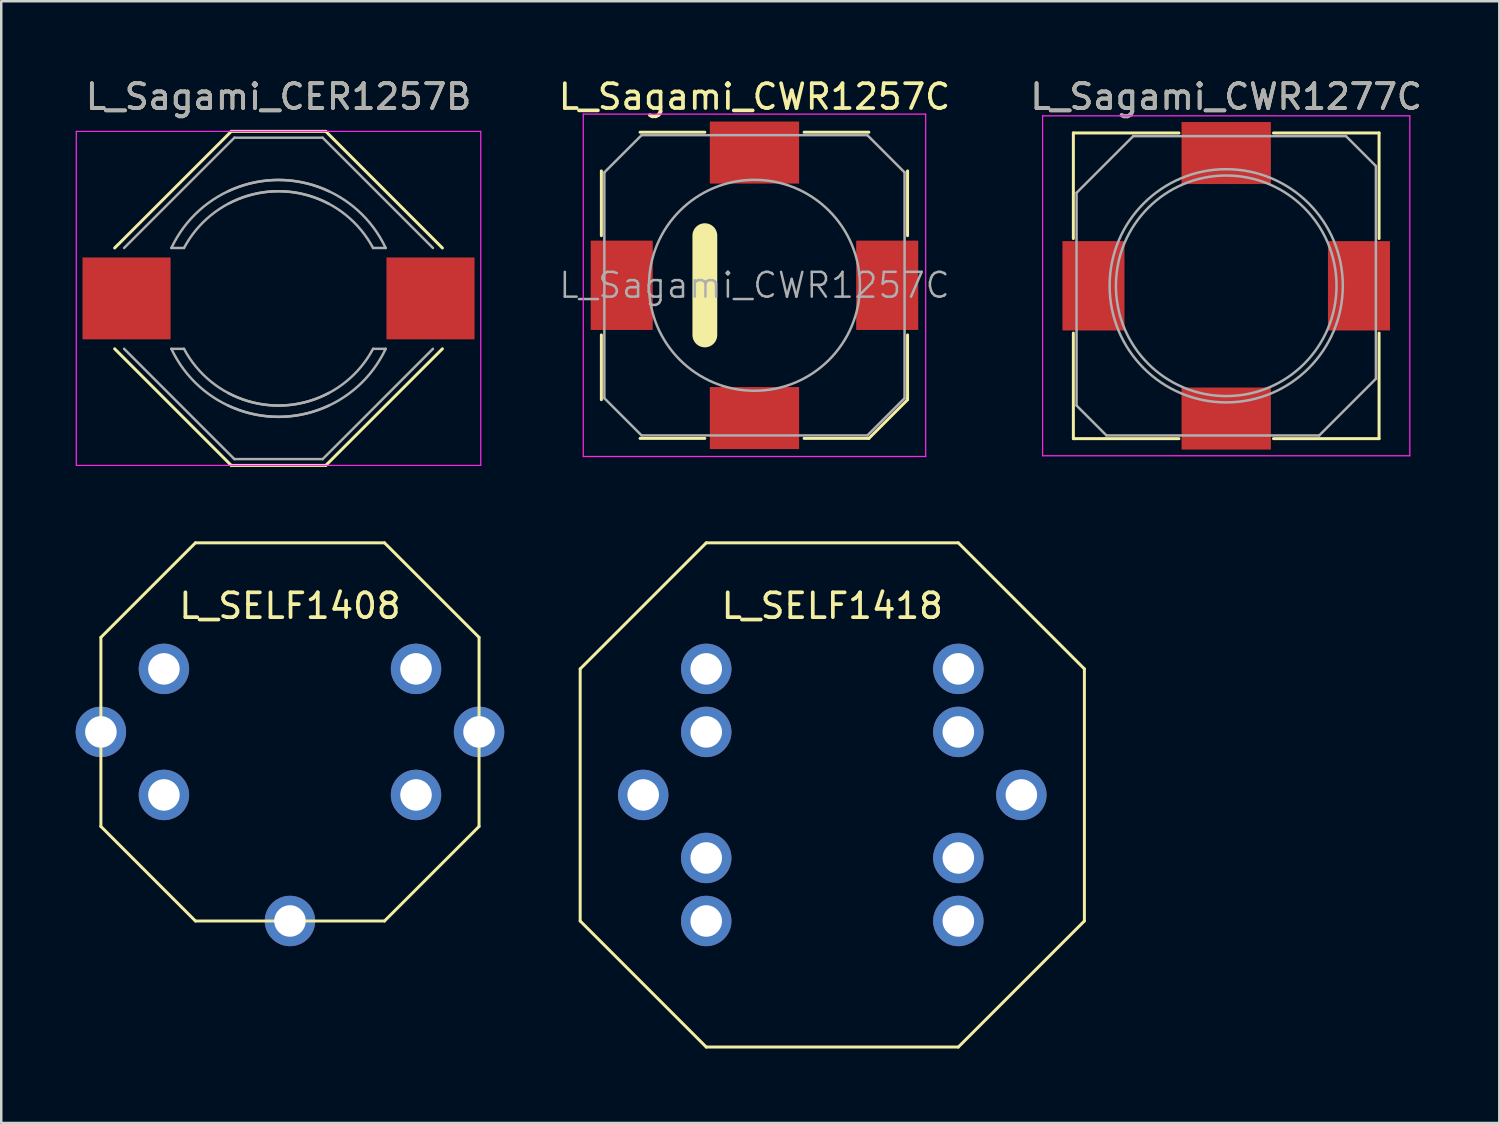
<source format=kicad_pcb>
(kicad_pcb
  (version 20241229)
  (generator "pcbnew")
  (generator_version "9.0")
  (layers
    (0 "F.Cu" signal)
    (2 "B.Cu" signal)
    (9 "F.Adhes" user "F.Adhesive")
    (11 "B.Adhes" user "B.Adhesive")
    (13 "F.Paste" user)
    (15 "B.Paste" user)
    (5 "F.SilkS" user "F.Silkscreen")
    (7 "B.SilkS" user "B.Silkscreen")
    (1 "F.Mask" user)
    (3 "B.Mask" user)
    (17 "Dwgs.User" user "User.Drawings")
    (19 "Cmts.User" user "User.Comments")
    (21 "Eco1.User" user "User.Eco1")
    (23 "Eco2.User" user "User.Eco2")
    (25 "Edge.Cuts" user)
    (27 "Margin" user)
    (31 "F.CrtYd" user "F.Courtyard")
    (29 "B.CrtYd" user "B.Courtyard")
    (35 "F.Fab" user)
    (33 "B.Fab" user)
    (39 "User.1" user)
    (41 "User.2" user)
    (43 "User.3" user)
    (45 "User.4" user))
  (footprint "L_SELF1418"
    (layer "F.Cu")
    (at 30.492 28.987)
    (property "Reference" "L_SELF1418" (at 0 -7.62 0) (layer "F.SilkS") (effects (font (size 1 1) (thickness 0.15))))
    (attr through_hole)
    (fp_line (start -10.16 -5.08) (end -10.16 5.08) (stroke (width 0.12) (type solid)) (layer "F.SilkS"))
    (fp_line (start -10.16 5.08) (end -5.08 10.16) (stroke (width 0.12) (type solid)) (layer "F.SilkS"))
    (fp_line (start -5.08 -10.16) (end -10.16 -5.08) (stroke (width 0.12) (type solid)) (layer "F.SilkS"))
    (fp_line (start -5.08 10.16) (end 5.08 10.16) (stroke (width 0.12) (type solid)) (layer "F.SilkS"))
    (fp_line (start 5.08 -10.16) (end -5.08 -10.16) (stroke (width 0.12) (type solid)) (layer "F.SilkS"))
    (fp_line (start 5.08 10.16) (end 10.16 5.08) (stroke (width 0.12) (type solid)) (layer "F.SilkS"))
    (fp_line (start 10.16 -5.08) (end 5.08 -10.16) (stroke (width 0.12) (type solid)) (layer "F.SilkS"))
    (fp_line (start 10.16 5.08) (end 10.16 -5.08) (stroke (width 0.12) (type solid)) (layer "F.SilkS"))
    (pad "" thru_hole circle (at -7.62 0) (size 2.032 2.032) (drill 1.27) (layers "*.Cu" "*.Mask"))
    (pad "" thru_hole circle (at 7.62 0) (size 2.032 2.032) (drill 1.27) (layers "*.Cu" "*.Mask"))
    (pad "1" thru_hole circle (at -5.08 -5.08) (size 2.032 2.032) (drill 1.27) (layers "*.Cu" "*.Mask"))
    (pad "1" thru_hole circle (at -5.08 -2.54) (size 2.032 2.032) (drill 1.27) (layers "*.Cu" "*.Mask"))
    (pad "2" thru_hole circle (at 5.08 -5.08) (size 2.032 2.032) (drill 1.27) (layers "*.Cu" "*.Mask"))
    (pad "2" thru_hole circle (at 5.08 -2.54) (size 2.032 2.032) (drill 1.27) (layers "*.Cu" "*.Mask"))
    (pad "3" thru_hole circle (at 5.08 2.54) (size 2.032 2.032) (drill 1.27) (layers "*.Cu" "*.Mask"))
    (pad "3" thru_hole circle (at 5.08 5.08) (size 2.032 2.032) (drill 1.27) (layers "*.Cu" "*.Mask"))
    (pad "4" thru_hole circle (at -5.08 2.54) (size 2.032 2.032) (drill 1.27) (layers "*.Cu" "*.Mask"))
    (pad "4" thru_hole circle (at -5.08 5.08) (size 2.032 2.032) (drill 1.27) (layers "*.Cu" "*.Mask")))
  (footprint "L_SELF1408"
    (layer "F.Cu")
    (at 8.636 26.447)
    (property "Reference" "L_SELF1408" (at 0 -5.08 0) (layer "F.SilkS") (effects (font (size 1 1) (thickness 0.15))))
    (attr through_hole)
    (fp_line (start -7.62 -3.81) (end -7.62 3.81) (stroke (width 0.12) (type solid)) (layer "F.SilkS"))
    (fp_line (start -7.62 3.81) (end -3.81 7.62) (stroke (width 0.12) (type solid)) (layer "F.SilkS"))
    (fp_line (start -3.81 -7.62) (end -7.62 -3.81) (stroke (width 0.12) (type solid)) (layer "F.SilkS"))
    (fp_line (start -3.81 7.62) (end 3.81 7.62) (stroke (width 0.12) (type solid)) (layer "F.SilkS"))
    (fp_line (start 3.81 -7.62) (end -3.81 -7.62) (stroke (width 0.12) (type solid)) (layer "F.SilkS"))
    (fp_line (start 3.81 7.62) (end 7.62 3.81) (stroke (width 0.12) (type solid)) (layer "F.SilkS"))
    (fp_line (start 7.62 -3.81) (end 3.81 -7.62) (stroke (width 0.12) (type solid)) (layer "F.SilkS"))
    (fp_line (start 7.62 3.81) (end 7.62 -3.81) (stroke (width 0.12) (type solid)) (layer "F.SilkS"))
    (pad "0" thru_hole circle (at 0 7.62) (size 2.032 2.032) (drill 1.27) (layers "*.Cu" "*.Mask"))
    (pad "1" thru_hole circle (at -7.62 0) (size 2.032 2.032) (drill 1.27) (layers "*.Cu" "*.Mask"))
    (pad "1" thru_hole circle (at -5.08 -2.54) (size 2.032 2.032) (drill 1.27) (layers "*.Cu" "*.Mask"))
    (pad "1" thru_hole circle (at -5.08 2.54) (size 2.032 2.032) (drill 1.27) (layers "*.Cu" "*.Mask"))
    (pad "2" thru_hole circle (at 5.08 -2.54) (size 2.032 2.032) (drill 1.27) (layers "*.Cu" "*.Mask"))
    (pad "2" thru_hole circle (at 5.08 2.54) (size 2.032 2.032) (drill 1.27) (layers "*.Cu" "*.Mask"))
    (pad "2" thru_hole circle (at 7.62 0) (size 2.032 2.032) (drill 1.27) (layers "*.Cu" "*.Mask")))
  (footprint "L_Sagami_CWR1257C"
    (layer "F.Cu")
    (at 27.356 8.448)
    (property "Reference" "L_Sagami_CWR1257C" (at 0 -7.6 0) (layer "F.SilkS") (effects (font (size 1 1) (thickness 0.15))))
    (attr smd)
    (fp_line (start -6.17 -4.61) (end -6.17 -2) (stroke (width 0.12) (type solid)) (layer "F.SilkS"))
    (fp_line (start -6.17 2) (end -6.17 4.61) (stroke (width 0.12) (type solid)) (layer "F.SilkS"))
    (fp_line (start -4.61 -6.17) (end -2 -6.17) (stroke (width 0.12) (type solid)) (layer "F.SilkS"))
    (fp_line (start -4.61 6.17) (end -2 6.17) (stroke (width 0.12) (type solid)) (layer "F.SilkS"))
    (fp_line (start -2 -2) (end -2 2) (stroke (width 1) (type solid)) (layer "F.SilkS"))
    (fp_line (start 2 6.17) (end 4.61 6.17) (stroke (width 0.12) (type solid)) (layer "F.SilkS"))
    (fp_line (start 4.61 -6.17) (end 2 -6.17) (stroke (width 0.12) (type solid)) (layer "F.SilkS"))
    (fp_line (start 4.61 6.17) (end 6.17 4.61) (stroke (width 0.12) (type solid)) (layer "F.SilkS"))
    (fp_line (start 6.17 -2) (end 6.17 -4.61) (stroke (width 0.12) (type solid)) (layer "F.SilkS"))
    (fp_line (start 6.17 4.61) (end 6.17 2) (stroke (width 0.12) (type solid)) (layer "F.SilkS"))
    (fp_line (start -6.9 -6.9) (end -6.9 6.9) (stroke (width 0.05) (type solid)) (layer "F.CrtYd"))
    (fp_line (start -6.9 -6.9) (end 6.9 -6.9) (stroke (width 0.05) (type solid)) (layer "F.CrtYd"))
    (fp_line (start -6.9 6.9) (end 6.9 6.9) (stroke (width 0.05) (type solid)) (layer "F.CrtYd"))
    (fp_line (start 6.9 -6.9) (end 6.9 6.9) (stroke (width 0.05) (type solid)) (layer "F.CrtYd"))
    (fp_line (start -6.05 -4.55) (end -4.55 -6.05) (stroke (width 0.1) (type solid)) (layer "F.Fab"))
    (fp_line (start -6.05 4.55) (end -6.05 -4.55) (stroke (width 0.1) (type solid)) (layer "F.Fab"))
    (fp_line (start -6.05 4.55) (end -4.55 6.05) (stroke (width 0.1) (type solid)) (layer "F.Fab"))
    (fp_line (start -4.55 -6.05) (end 4.55 -6.05) (stroke (width 0.1) (type solid)) (layer "F.Fab"))
    (fp_line (start 4.55 -6.05) (end 6.05 -4.55) (stroke (width 0.1) (type solid)) (layer "F.Fab"))
    (fp_line (start 4.55 6.05) (end -4.55 6.05) (stroke (width 0.1) (type solid)) (layer "F.Fab"))
    (fp_line (start 4.55 6.05) (end 6.05 4.55) (stroke (width 0.1) (type solid)) (layer "F.Fab"))
    (fp_line (start 6.05 -4.55) (end 6.05 4.55) (stroke (width 0.1) (type solid)) (layer "F.Fab"))
    (fp_circle (center 0 0) (end 4.25 0) (stroke (width 0.1) (type solid)) (fill no) (layer "F.Fab"))
    (fp_text user "${REFERENCE}" (at 0 0 0) (layer "F.Fab") (effects (font (size 1 1) (thickness 0.1))))
    (pad "1" smd rect (at -5.35 0) (size 2.5 3.6) (layers "F.Cu" "F.Mask" "F.Paste"))
    (pad "1" smd rect (at 0 5.35) (size 3.6 2.5) (layers "F.Cu" "F.Mask" "F.Paste"))
    (pad "2" smd rect (at 0 -5.35) (size 3.6 2.5) (layers "F.Cu" "F.Mask" "F.Paste"))
    (pad "2" smd rect (at 5.35 0) (size 2.5 3.6) (layers "F.Cu" "F.Mask" "F.Paste")))
  (footprint "L_Sagami_CWR1277C"
    (layer "F.Cu")
    (at 46.368 8.468)
    (property "Reference" "L_Sagami_CWR1277C" (at 0 -7.62 0) (layer "F.SilkS") (effects (font (size 1 1) (thickness 0.15))))
    (attr smd)
    (fp_line (start -6.16 -6.16) (end -6.16 -1.905) (stroke (width 0.12) (type solid)) (layer "F.SilkS"))
    (fp_line (start -6.16 -6.16) (end -1.905 -6.16) (stroke (width 0.12) (type solid)) (layer "F.SilkS"))
    (fp_line (start -6.16 1.905) (end -6.16 6.16) (stroke (width 0.12) (type solid)) (layer "F.SilkS"))
    (fp_line (start -6.16 6.16) (end -1.905 6.16) (stroke (width 0.12) (type solid)) (layer "F.SilkS"))
    (fp_line (start 1.905 6.16) (end 6.16 6.16) (stroke (width 0.12) (type solid)) (layer "F.SilkS"))
    (fp_line (start 6.16 -6.16) (end 1.905 -6.16) (stroke (width 0.12) (type solid)) (layer "F.SilkS"))
    (fp_line (start 6.16 -1.905) (end 6.16 -6.16) (stroke (width 0.12) (type solid)) (layer "F.SilkS"))
    (fp_line (start 6.16 6.16) (end 6.16 1.905) (stroke (width 0.12) (type solid)) (layer "F.SilkS"))
    (fp_line (start -7.4 -6.85) (end -7.4 6.85) (stroke (width 0.05) (type solid)) (layer "F.CrtYd"))
    (fp_line (start -7.4 -6.85) (end 7.4 -6.85) (stroke (width 0.05) (type solid)) (layer "F.CrtYd"))
    (fp_line (start -7.4 6.85) (end 7.4 6.85) (stroke (width 0.05) (type solid)) (layer "F.CrtYd"))
    (fp_line (start 7.4 -6.85) (end 7.4 6.85) (stroke (width 0.05) (type solid)) (layer "F.CrtYd"))
    (fp_line (start -6.032 -3.747) (end -3.747 -6.032) (stroke (width 0.1) (type solid)) (layer "F.Fab"))
    (fp_line (start -6.032 4.826) (end -6.032 -3.747) (stroke (width 0.1) (type solid)) (layer "F.Fab"))
    (fp_line (start -6.032 4.826) (end -4.826 6.032) (stroke (width 0.1) (type solid)) (layer "F.Fab"))
    (fp_line (start -3.747 -6.032) (end 4.826 -6.032) (stroke (width 0.1) (type solid)) (layer "F.Fab"))
    (fp_line (start 3.747 6.032) (end -4.826 6.032) (stroke (width 0.1) (type solid)) (layer "F.Fab"))
    (fp_line (start 3.747 6.032) (end 6.032 3.747) (stroke (width 0.1) (type solid)) (layer "F.Fab"))
    (fp_line (start 4.826 -6.032) (end 6.032 -4.826) (stroke (width 0.1) (type solid)) (layer "F.Fab"))
    (fp_line (start 6.032 -4.826) (end 6.032 3.747) (stroke (width 0.1) (type solid)) (layer "F.Fab"))
    (fp_circle (center 0 0) (end 4.445 0) (stroke (width 0.1) (type solid)) (fill no) (layer "F.Fab"))
    (fp_circle (center 0 0) (end 4.699 0) (stroke (width 0.1) (type solid)) (fill no) (layer "F.Fab"))
    (fp_text user "${REFERENCE}" (at 0 -7.62 0) (layer "F.Fab") (effects (font (size 1 1) (thickness 0.15))))
    (pad "1" smd rect (at -5.35 0) (size 2.5 3.6) (layers "F.Cu" "F.Mask" "F.Paste"))
    (pad "1" smd rect (at 0 -5.35) (size 3.6 2.5) (layers "F.Cu" "F.Mask" "F.Paste"))
    (pad "2" smd rect (at 0 5.35) (size 3.6 2.5) (layers "F.Cu" "F.Mask" "F.Paste"))
    (pad "2" smd rect (at 5.35 0) (size 2.5 3.6) (layers "F.Cu" "F.Mask" "F.Paste")))
  (footprint "L_Sagami_CER1257B"
    (layer "F.Cu")
    (at 8.175 8.976)
    (property "Reference" "L_Sagami_CER1257B" (at 0 -8.128 0) (layer "F.SilkS") (effects (font (size 1 1) (thickness 0.15))))
    (attr smd)
    (fp_line (start -6.604 -2.032) (end -1.905 -6.731) (stroke (width 0.12) (type solid)) (layer "F.SilkS"))
    (fp_line (start -6.604 2.032) (end -1.905 6.731) (stroke (width 0.12) (type solid)) (layer "F.SilkS"))
    (fp_line (start -1.905 -6.731) (end 1.905 -6.731) (stroke (width 0.12) (type solid)) (layer "F.SilkS"))
    (fp_line (start -1.905 6.731) (end 1.905 6.731) (stroke (width 0.12) (type solid)) (layer "F.SilkS"))
    (fp_line (start 1.905 -6.731) (end 6.604 -2.032) (stroke (width 0.12) (type solid)) (layer "F.SilkS"))
    (fp_line (start 1.905 6.731) (end 6.604 2.032) (stroke (width 0.12) (type solid)) (layer "F.SilkS"))
    (fp_line (start -8.15 -6.73) (end -8.15 6.73) (stroke (width 0.05) (type solid)) (layer "F.CrtYd"))
    (fp_line (start -8.15 -6.73) (end 8.15 -6.73) (stroke (width 0.05) (type solid)) (layer "F.CrtYd"))
    (fp_line (start -8.15 6.73) (end 8.15 6.73) (stroke (width 0.05) (type solid)) (layer "F.CrtYd"))
    (fp_line (start 8.15 -6.73) (end 8.15 6.73) (stroke (width 0.05) (type solid)) (layer "F.CrtYd"))
    (fp_line (start -6.223 -2.032) (end -1.778 -6.477) (stroke (width 0.1) (type solid)) (layer "F.Fab"))
    (fp_line (start -6.223 2.032) (end -1.778 6.477) (stroke (width 0.1) (type solid)) (layer "F.Fab"))
    (fp_line (start -3.81 -2.032) (end -4.318 -2.032) (stroke (width 0.1) (type solid)) (layer "F.Fab"))
    (fp_line (start -3.81 2.032) (end -4.318 2.032) (stroke (width 0.1) (type solid)) (layer "F.Fab"))
    (fp_line (start -1.778 6.477) (end 1.778 6.477) (stroke (width 0.1) (type solid)) (layer "F.Fab"))
    (fp_line (start 1.778 -6.477) (end -1.778 -6.477) (stroke (width 0.1) (type solid)) (layer "F.Fab"))
    (fp_line (start 1.778 6.477) (end 6.223 2.032) (stroke (width 0.1) (type solid)) (layer "F.Fab"))
    (fp_line (start 3.81 -2.032) (end 4.318 -2.032) (stroke (width 0.1) (type solid)) (layer "F.Fab"))
    (fp_line (start 3.81 2.032) (end 4.318 2.032) (stroke (width 0.1) (type solid)) (layer "F.Fab"))
    (fp_line (start 6.223 -2.032) (end 1.778 -6.477) (stroke (width 0.1) (type solid)) (layer "F.Fab"))
    (fp_arc (start -4.318 -2.032) (mid -1.616446 -4.490128) (end 2.032 -4.318) (stroke (width 0.1) (type solid)) (layer "F.Fab"))
    (fp_arc (start -3.81 -2.032) (mid -1.257236 -4.130918) (end 2.032 -3.81) (stroke (width 0.1) (type solid)) (layer "F.Fab"))
    (fp_arc (start -2.032 -4.318) (mid 1.616446 -4.490128) (end 4.318 -2.032) (stroke (width 0.1) (type solid)) (layer "F.Fab"))
    (fp_arc (start -2.032 -3.81) (mid 1.257236 -4.130918) (end 3.81 -2.032) (stroke (width 0.1) (type solid)) (layer "F.Fab"))
    (fp_arc (start 2.032 3.81) (mid -1.257236 4.130918) (end -3.81 2.032) (stroke (width 0.1) (type solid)) (layer "F.Fab"))
    (fp_arc (start 2.032 4.318) (mid -1.616446 4.490128) (end -4.318 2.032) (stroke (width 0.1) (type solid)) (layer "F.Fab"))
    (fp_arc (start 3.81 2.032) (mid 1.257236 4.130918) (end -2.032 3.81) (stroke (width 0.1) (type solid)) (layer "F.Fab"))
    (fp_arc (start 4.318 2.032) (mid 1.616446 4.490128) (end -2.032 4.318) (stroke (width 0.1) (type solid)) (layer "F.Fab"))
    (fp_text user "${REFERENCE}" (at 0 -8.128 0) (layer "F.Fab") (effects (font (size 1 1) (thickness 0.15))))
    (pad "1" smd rect (at -6.125 0) (size 3.55 3.3) (layers "F.Cu" "F.Mask" "F.Paste"))
    (pad "2" smd rect (at 6.125 0) (size 3.55 3.3) (layers "F.Cu" "F.Mask" "F.Paste")))
  (gr_rect
    (start -3 -3)
    (end 57.374 42.207)
    (stroke (width 0.1) (type default))
    (fill no)
    (layer "Edge.Cuts")))
</source>
